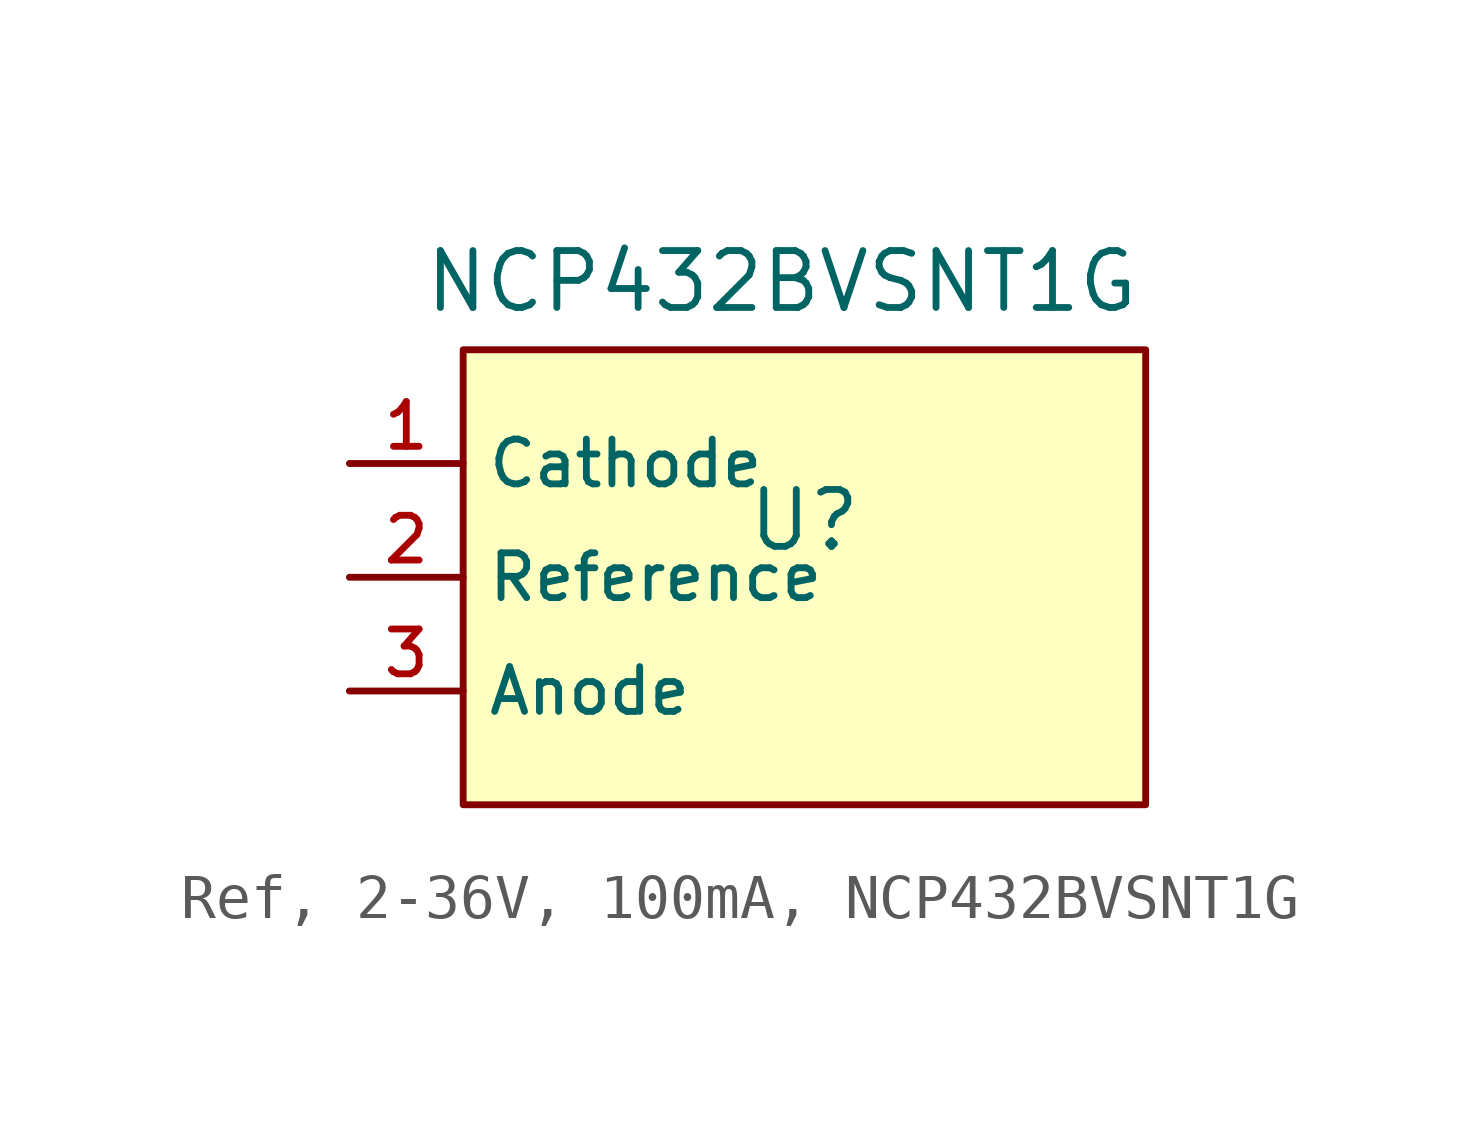
<source format=kicad_sym>
(kicad_symbol_lib
  (version 20231120)
  (generator "CDFER_Archive_Tool")
  (generator_version "0.0")
  (symbol "Ref, 2-36V, 100mA, NCP432BVSNT1G"
    (property "Reference" "U"
      (at 0 1.27 0)
      (effects (font (size 1.27 1.27))))
    (property "Value" "NCP432BVSNT1G"
      (at -0.508 6.604 0)
      (effects (font (size 1.27 1.27))))
    (symbol "Ref, 2-36V, 100mA, NCP432BVSNT1G_0_1"
      (rectangle (start -7.62 5.08) (end 7.62 -5.08) (stroke (width 0) (type default)) (fill (type background)))
      (pin unspecified line (at -10.16 2.54 0) (length 2.54) (name "Cathode" (effects (font (size 1 1)))) (number "1" (effects (font (size 1 1)))))
      (pin unspecified line (at -10.16 0 0) (length 2.54) (name "Reference" (effects (font (size 1 1)))) (number "2" (effects (font (size 1 1)))))
      (pin unspecified line (at -10.16 -2.54 0) (length 2.54) (name "Anode" (effects (font (size 1 1)))) (number "3" (effects (font (size 1 1))))))))
</source>
